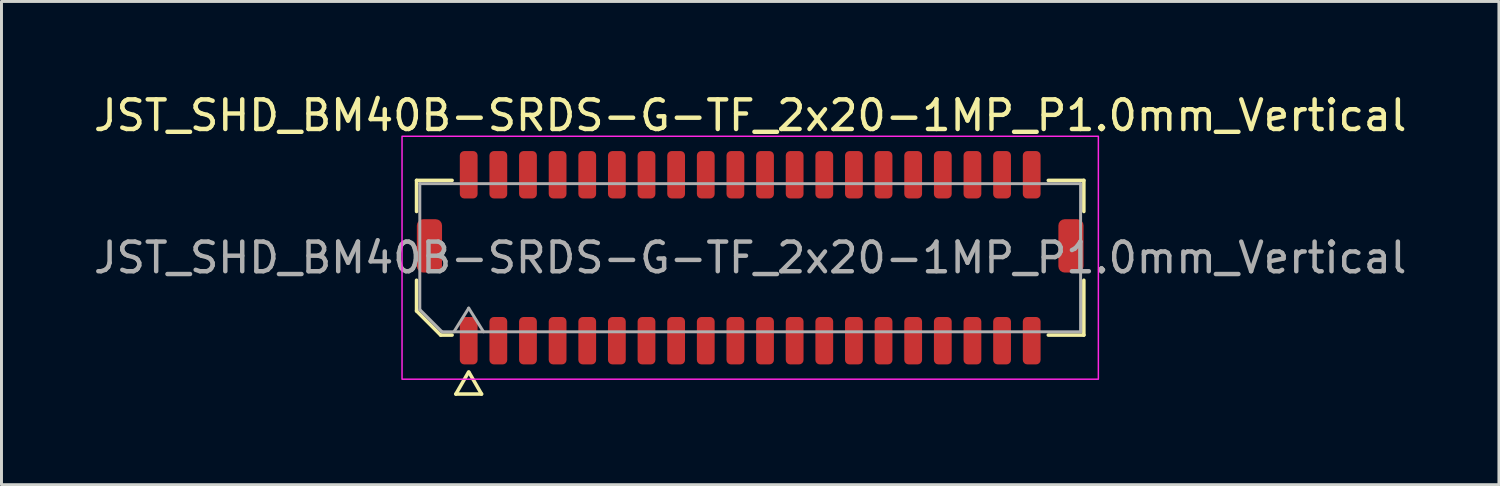
<source format=kicad_pcb>
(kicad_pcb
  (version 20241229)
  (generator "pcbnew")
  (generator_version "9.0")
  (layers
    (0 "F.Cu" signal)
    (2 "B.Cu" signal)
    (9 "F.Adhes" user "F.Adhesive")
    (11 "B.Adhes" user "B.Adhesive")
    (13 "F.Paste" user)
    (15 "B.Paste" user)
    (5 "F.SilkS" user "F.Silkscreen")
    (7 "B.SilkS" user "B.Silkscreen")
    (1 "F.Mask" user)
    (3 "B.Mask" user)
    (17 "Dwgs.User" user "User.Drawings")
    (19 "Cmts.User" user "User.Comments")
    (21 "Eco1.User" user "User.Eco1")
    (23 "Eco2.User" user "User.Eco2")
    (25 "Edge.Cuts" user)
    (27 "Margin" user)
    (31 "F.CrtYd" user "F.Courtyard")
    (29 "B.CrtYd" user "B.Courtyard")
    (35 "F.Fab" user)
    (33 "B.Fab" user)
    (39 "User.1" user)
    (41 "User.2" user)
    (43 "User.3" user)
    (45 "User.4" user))
  (footprint "JST_SHD_BM40B-SRDS-G-TF_2x20-1MP_P1.0mm_Vertical"
    (layer "F.Cu")
    (at 22.268 5.648)
    (property "Reference" "JST_SHD_BM40B-SRDS-G-TF_2x20-1MP_P1.0mm_Vertical" (at 0 -4.8 0) (layer "F.SilkS") (effects (font (size 1 1) (thickness 0.15))))
    (attr smd)
    (fp_line (start -11.26 -2.61) (end -10.06 -2.61) (stroke (width 0.12) (type solid)) (layer "F.SilkS"))
    (fp_line (start -11.26 -1.56) (end -11.26 -2.61) (stroke (width 0.12) (type solid)) (layer "F.SilkS"))
    (fp_line (start -11.26 1.796) (end -11.26 0.76) (stroke (width 0.12) (type solid)) (layer "F.SilkS"))
    (fp_line (start -10.446 2.61) (end -11.26 1.796) (stroke (width 0.12) (type solid)) (layer "F.SilkS"))
    (fp_line (start -10.06 2.61) (end -10.446 2.61) (stroke (width 0.12) (type solid)) (layer "F.SilkS"))
    (fp_line (start -9.933 4.6) (end -9.506 3.86) (stroke (width 0.12) (type solid)) (layer "F.SilkS"))
    (fp_line (start -9.494 3.86) (end -9.067 4.6) (stroke (width 0.12) (type solid)) (layer "F.SilkS"))
    (fp_line (start -9.067 4.6) (end -9.933 4.6) (stroke (width 0.12) (type solid)) (layer "F.SilkS"))
    (fp_line (start 10.06 -2.61) (end 11.26 -2.61) (stroke (width 0.12) (type solid)) (layer "F.SilkS"))
    (fp_line (start 11.26 -2.61) (end 11.26 -1.56) (stroke (width 0.12) (type solid)) (layer "F.SilkS"))
    (fp_line (start 11.26 0.76) (end 11.26 2.61) (stroke (width 0.12) (type solid)) (layer "F.SilkS"))
    (fp_line (start 11.26 2.61) (end 10.06 2.61) (stroke (width 0.12) (type solid)) (layer "F.SilkS"))
    (fp_rect (start -11.75 -4.1) (end 11.75 4.1) (stroke (width 0.05) (type solid)) (fill no) (layer "F.CrtYd"))
    (fp_line (start -11.15 -2.5) (end 11.15 -2.5) (stroke (width 0.1) (type solid)) (layer "F.Fab"))
    (fp_line (start -11.15 1.75) (end -11.15 -2.5) (stroke (width 0.1) (type solid)) (layer "F.Fab"))
    (fp_line (start -10.4 2.5) (end -11.15 1.75) (stroke (width 0.1) (type solid)) (layer "F.Fab"))
    (fp_line (start -10 2.5) (end -9.5 1.7) (stroke (width 0.1) (type solid)) (layer "F.Fab"))
    (fp_line (start -9.5 1.7) (end -9 2.5) (stroke (width 0.1) (type solid)) (layer "F.Fab"))
    (fp_line (start 11.15 -2.5) (end 11.15 2.5) (stroke (width 0.1) (type solid)) (layer "F.Fab"))
    (fp_line (start 11.15 2.5) (end -10.4 2.5) (stroke (width 0.1) (type solid)) (layer "F.Fab"))
    (fp_text user "${REFERENCE}" (at 0 0 0) (layer "F.Fab") (effects (font (size 1 1) (thickness 0.15))))
    (pad "1" smd roundrect (at -9.5 2.8) (size 0.6 1.6) (layers "F.Cu" "F.Mask" "F.Paste") (roundrect_rratio 0.25))
    (pad "2" smd roundrect (at -9.5 -2.8) (size 0.6 1.6) (layers "F.Cu" "F.Mask" "F.Paste") (roundrect_rratio 0.25))
    (pad "3" smd roundrect (at -8.5 2.8) (size 0.6 1.6) (layers "F.Cu" "F.Mask" "F.Paste") (roundrect_rratio 0.25))
    (pad "4" smd roundrect (at -8.5 -2.8) (size 0.6 1.6) (layers "F.Cu" "F.Mask" "F.Paste") (roundrect_rratio 0.25))
    (pad "5" smd roundrect (at -7.5 2.8) (size 0.6 1.6) (layers "F.Cu" "F.Mask" "F.Paste") (roundrect_rratio 0.25))
    (pad "6" smd roundrect (at -7.5 -2.8) (size 0.6 1.6) (layers "F.Cu" "F.Mask" "F.Paste") (roundrect_rratio 0.25))
    (pad "7" smd roundrect (at -6.5 2.8) (size 0.6 1.6) (layers "F.Cu" "F.Mask" "F.Paste") (roundrect_rratio 0.25))
    (pad "8" smd roundrect (at -6.5 -2.8) (size 0.6 1.6) (layers "F.Cu" "F.Mask" "F.Paste") (roundrect_rratio 0.25))
    (pad "9" smd roundrect (at -5.5 2.8) (size 0.6 1.6) (layers "F.Cu" "F.Mask" "F.Paste") (roundrect_rratio 0.25))
    (pad "10" smd roundrect (at -5.5 -2.8) (size 0.6 1.6) (layers "F.Cu" "F.Mask" "F.Paste") (roundrect_rratio 0.25))
    (pad "11" smd roundrect (at -4.5 2.8) (size 0.6 1.6) (layers "F.Cu" "F.Mask" "F.Paste") (roundrect_rratio 0.25))
    (pad "12" smd roundrect (at -4.5 -2.8) (size 0.6 1.6) (layers "F.Cu" "F.Mask" "F.Paste") (roundrect_rratio 0.25))
    (pad "13" smd roundrect (at -3.5 2.8) (size 0.6 1.6) (layers "F.Cu" "F.Mask" "F.Paste") (roundrect_rratio 0.25))
    (pad "14" smd roundrect (at -3.5 -2.8) (size 0.6 1.6) (layers "F.Cu" "F.Mask" "F.Paste") (roundrect_rratio 0.25))
    (pad "15" smd roundrect (at -2.5 2.8) (size 0.6 1.6) (layers "F.Cu" "F.Mask" "F.Paste") (roundrect_rratio 0.25))
    (pad "16" smd roundrect (at -2.5 -2.8) (size 0.6 1.6) (layers "F.Cu" "F.Mask" "F.Paste") (roundrect_rratio 0.25))
    (pad "17" smd roundrect (at -1.5 2.8) (size 0.6 1.6) (layers "F.Cu" "F.Mask" "F.Paste") (roundrect_rratio 0.25))
    (pad "18" smd roundrect (at -1.5 -2.8) (size 0.6 1.6) (layers "F.Cu" "F.Mask" "F.Paste") (roundrect_rratio 0.25))
    (pad "19" smd roundrect (at -0.5 2.8) (size 0.6 1.6) (layers "F.Cu" "F.Mask" "F.Paste") (roundrect_rratio 0.25))
    (pad "20" smd roundrect (at -0.5 -2.8) (size 0.6 1.6) (layers "F.Cu" "F.Mask" "F.Paste") (roundrect_rratio 0.25))
    (pad "21" smd roundrect (at 0.5 2.8) (size 0.6 1.6) (layers "F.Cu" "F.Mask" "F.Paste") (roundrect_rratio 0.25))
    (pad "22" smd roundrect (at 0.5 -2.8) (size 0.6 1.6) (layers "F.Cu" "F.Mask" "F.Paste") (roundrect_rratio 0.25))
    (pad "23" smd roundrect (at 1.5 2.8) (size 0.6 1.6) (layers "F.Cu" "F.Mask" "F.Paste") (roundrect_rratio 0.25))
    (pad "24" smd roundrect (at 1.5 -2.8) (size 0.6 1.6) (layers "F.Cu" "F.Mask" "F.Paste") (roundrect_rratio 0.25))
    (pad "25" smd roundrect (at 2.5 2.8) (size 0.6 1.6) (layers "F.Cu" "F.Mask" "F.Paste") (roundrect_rratio 0.25))
    (pad "26" smd roundrect (at 2.5 -2.8) (size 0.6 1.6) (layers "F.Cu" "F.Mask" "F.Paste") (roundrect_rratio 0.25))
    (pad "27" smd roundrect (at 3.5 2.8) (size 0.6 1.6) (layers "F.Cu" "F.Mask" "F.Paste") (roundrect_rratio 0.25))
    (pad "28" smd roundrect (at 3.5 -2.8) (size 0.6 1.6) (layers "F.Cu" "F.Mask" "F.Paste") (roundrect_rratio 0.25))
    (pad "29" smd roundrect (at 4.5 2.8) (size 0.6 1.6) (layers "F.Cu" "F.Mask" "F.Paste") (roundrect_rratio 0.25))
    (pad "30" smd roundrect (at 4.5 -2.8) (size 0.6 1.6) (layers "F.Cu" "F.Mask" "F.Paste") (roundrect_rratio 0.25))
    (pad "31" smd roundrect (at 5.5 2.8) (size 0.6 1.6) (layers "F.Cu" "F.Mask" "F.Paste") (roundrect_rratio 0.25))
    (pad "32" smd roundrect (at 5.5 -2.8) (size 0.6 1.6) (layers "F.Cu" "F.Mask" "F.Paste") (roundrect_rratio 0.25))
    (pad "33" smd roundrect (at 6.5 2.8) (size 0.6 1.6) (layers "F.Cu" "F.Mask" "F.Paste") (roundrect_rratio 0.25))
    (pad "34" smd roundrect (at 6.5 -2.8) (size 0.6 1.6) (layers "F.Cu" "F.Mask" "F.Paste") (roundrect_rratio 0.25))
    (pad "35" smd roundrect (at 7.5 2.8) (size 0.6 1.6) (layers "F.Cu" "F.Mask" "F.Paste") (roundrect_rratio 0.25))
    (pad "36" smd roundrect (at 7.5 -2.8) (size 0.6 1.6) (layers "F.Cu" "F.Mask" "F.Paste") (roundrect_rratio 0.25))
    (pad "37" smd roundrect (at 8.5 2.8) (size 0.6 1.6) (layers "F.Cu" "F.Mask" "F.Paste") (roundrect_rratio 0.25))
    (pad "38" smd roundrect (at 8.5 -2.8) (size 0.6 1.6) (layers "F.Cu" "F.Mask" "F.Paste") (roundrect_rratio 0.25))
    (pad "39" smd roundrect (at 9.5 2.8) (size 0.6 1.6) (layers "F.Cu" "F.Mask" "F.Paste") (roundrect_rratio 0.25))
    (pad "40" smd roundrect (at 9.5 -2.8) (size 0.6 1.6) (layers "F.Cu" "F.Mask" "F.Paste") (roundrect_rratio 0.25))
    (pad "MP" smd roundrect (at -10.825 -0.4) (size 0.85 1.8) (layers "F.Cu" "F.Mask" "F.Paste") (roundrect_rratio 0.25))
    (pad "MP" smd roundrect (at 10.825 -0.4) (size 0.85 1.8) (layers "F.Cu" "F.Mask" "F.Paste") (roundrect_rratio 0.25)))
  (gr_rect
    (start -3 -3)
    (end 47.536 13.308)
    (stroke (width 0.1) (type default))
    (fill no)
    (layer "Edge.Cuts")))
</source>
